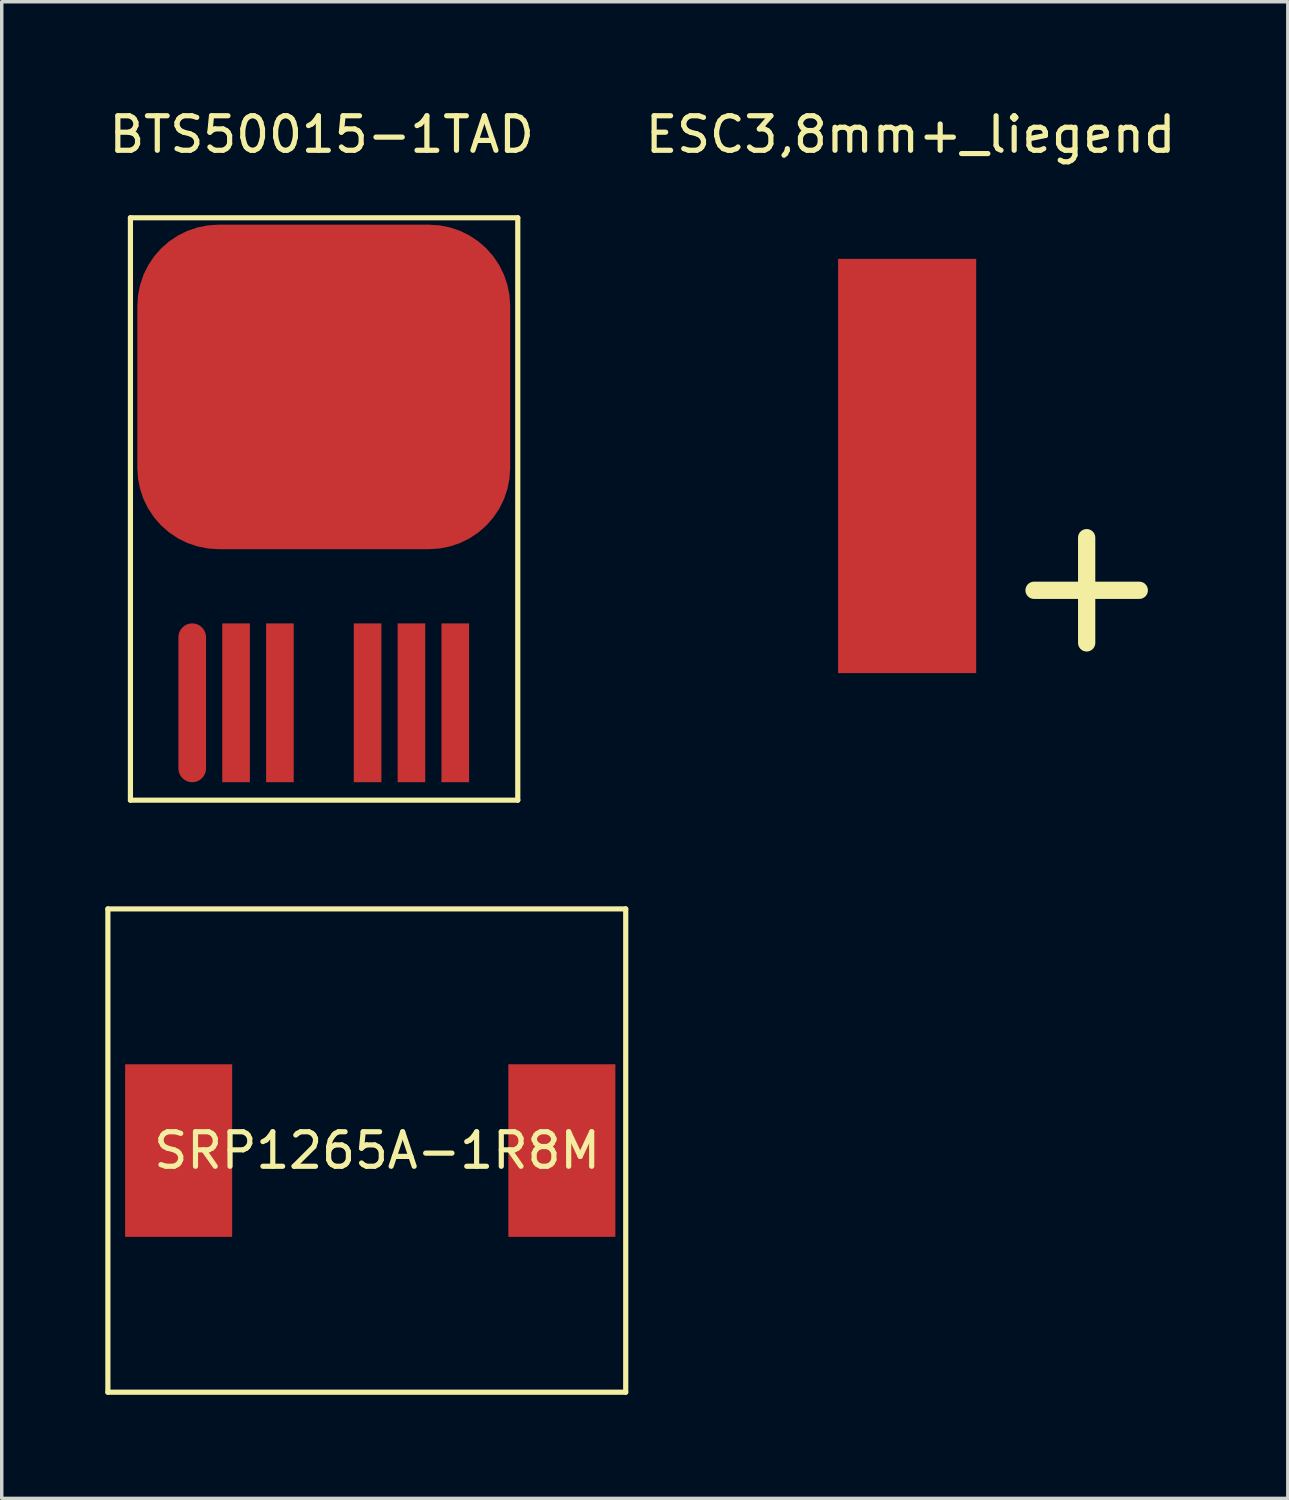
<source format=kicad_pcb>
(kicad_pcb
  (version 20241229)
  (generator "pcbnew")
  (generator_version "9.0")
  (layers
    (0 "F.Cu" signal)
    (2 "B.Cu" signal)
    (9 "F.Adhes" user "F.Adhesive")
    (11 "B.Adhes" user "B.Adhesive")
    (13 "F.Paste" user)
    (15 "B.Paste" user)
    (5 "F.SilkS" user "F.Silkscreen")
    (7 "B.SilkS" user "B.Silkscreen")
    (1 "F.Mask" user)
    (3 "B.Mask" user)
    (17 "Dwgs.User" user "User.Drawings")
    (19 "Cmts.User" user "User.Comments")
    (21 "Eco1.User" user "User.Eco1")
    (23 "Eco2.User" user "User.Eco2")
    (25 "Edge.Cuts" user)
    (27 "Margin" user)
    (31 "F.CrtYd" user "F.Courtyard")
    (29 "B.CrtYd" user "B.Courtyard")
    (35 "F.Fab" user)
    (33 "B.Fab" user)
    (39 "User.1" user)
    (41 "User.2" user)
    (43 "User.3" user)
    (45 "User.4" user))
  (footprint "ESC3,8mm+_liegend"
    (layer "F.Cu")
    (at 23.227 10.448)
    (property "Reference" "ESC3,8mm+_liegend" (at 0.1 -9.6 0) (layer "F.SilkS") (effects (font (size 1 1) (thickness 0.15))))
    (attr through_hole)
    (fp_text user "+" (at 5.2 3.3 0) (layer "F.SilkS") (effects (font (size 4 4) (thickness 0.5))))
    (pad "1" smd rect (at 0 0) (size 4 12) (layers "F.Cu" "F.Mask" "F.Paste")))
  (footprint "BTS50015-1TAD"
    (layer "F.Cu")
    (at 6.328 8.158)
    (property "Reference" "BTS50015-1TAD" (at -0.06 -7.31 0) (layer "F.SilkS") (effects (font (size 1 1) (thickness 0.15))))
    (attr through_hole)
    (fp_line (start -5.6 -4.9) (end -5.6 11.97) (stroke (width 0.15) (type solid)) (layer "F.SilkS"))
    (fp_line (start -5.6 -4.9) (end 5.62 -4.9) (stroke (width 0.15) (type solid)) (layer "F.SilkS"))
    (fp_line (start 5.62 -4.9) (end 5.62 11.97) (stroke (width 0.15) (type solid)) (layer "F.SilkS"))
    (fp_line (start 5.62 11.97) (end -5.6 11.97) (stroke (width 0.15) (type solid)) (layer "F.SilkS"))
    (pad "1" smd oval (at -3.81 9.15) (size 0.8 4.6) (layers "F.Cu" "F.Mask" "F.Paste"))
    (pad "2" smd rect (at -2.54 9.15) (size 0.8 4.6) (layers "F.Cu" "F.Mask" "F.Paste"))
    (pad "3" smd rect (at -1.27 9.15) (size 0.8 4.6) (layers "F.Cu" "F.Mask" "F.Paste"))
    (pad "4" smd roundrect (at 0 0) (size 10.8 9.4) (layers "F.Cu" "F.Mask" "F.Paste") (roundrect_rratio 0.25))
    (pad "5" smd rect (at 1.27 9.15) (size 0.8 4.6) (layers "F.Cu" "F.Mask" "F.Paste"))
    (pad "5" smd rect (at 2.54 9.15) (size 0.8 4.6) (layers "F.Cu" "F.Mask" "F.Paste"))
    (pad "5" smd rect (at 3.81 9.15) (size 0.8 4.6) (layers "F.Cu" "F.Mask" "F.Paste")))
  (footprint "SRP1265A-1R8M"
    (layer "F.Cu")
    (at 7.575 30.278)
    (property "Reference" "SRP1265A-1R8M" (at 0.3 0 0) (layer "F.SilkS") (effects (font (size 1 1) (thickness 0.15))))
    (attr through_hole)
    (fp_line (start -7.5 -7) (end 7.5 -7) (stroke (width 0.15) (type solid)) (layer "F.SilkS"))
    (fp_line (start -7.5 7) (end -7.5 -7) (stroke (width 0.15) (type solid)) (layer "F.SilkS"))
    (fp_line (start 7.5 -7) (end 7.5 7) (stroke (width 0.15) (type solid)) (layer "F.SilkS"))
    (fp_line (start 7.5 7) (end -7.5 7) (stroke (width 0.15) (type solid)) (layer "F.SilkS"))
    (pad "1" smd rect (at -5.45 0) (size 3.1 5) (layers "F.Cu" "F.Mask" "F.Paste"))
    (pad "2" smd rect (at 5.65 0) (size 3.1 5) (layers "F.Cu" "F.Mask" "F.Paste")))
  (gr_rect
    (start -3 -3)
    (end 34.254 40.353)
    (stroke (width 0.1) (type default))
    (fill no)
    (layer "Edge.Cuts")))
</source>
